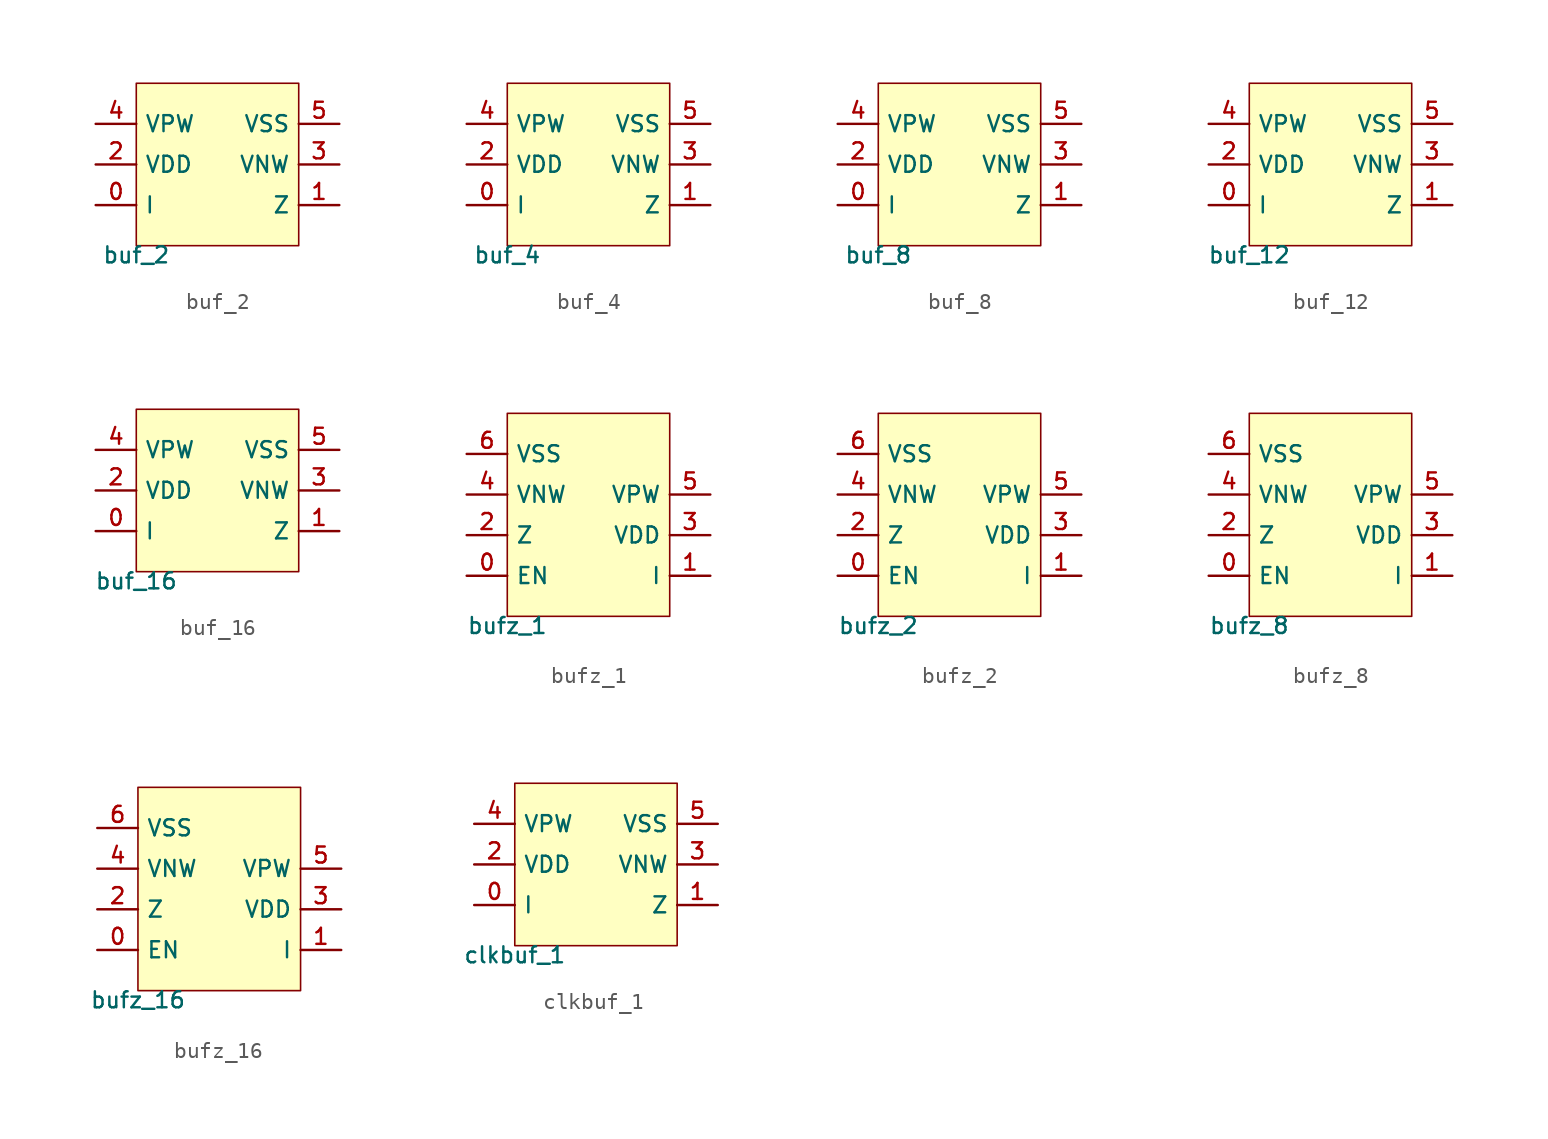
<source format=kicad_sym>
(kicad_symbol_lib
  (version 20211014)
  (generator pdk2kicad)
  (symbol "buf_2"
    (property "Reference" "X"
      (at 0 0 0)
      (effects (font (size 1 1)) hide))
    (property "Value" "buf_2"
      (at -5.08 -5.08 0)
      (effects (font (size 1 1)) (justify top)))
    (rectangle
      (start -5.08 -5.08)
      (end 5.08 5.08)
      (stroke (width 0.1) (type solid) (color 0 0 0 0))
      (fill (type background)))
    (pin bidirectional line
      (at -7.62 -2.54 0)
      (length 2.54)
      (name "I" (effects (font (size 1 1)) hide))
      (number "0" (effects (font (size 1 1)) hide)))
    (pin bidirectional line
      (at 7.62 -2.54 180)
      (length 2.54)
      (name "Z" (effects (font (size 1 1)) hide))
      (number "1" (effects (font (size 1 1)) hide)))
    (pin bidirectional line
      (at -7.62 0.0 0)
      (length 2.54)
      (name "VDD" (effects (font (size 1 1)) hide))
      (number "2" (effects (font (size 1 1)) hide)))
    (pin bidirectional line
      (at 7.62 0.0 180)
      (length 2.54)
      (name "VNW" (effects (font (size 1 1)) hide))
      (number "3" (effects (font (size 1 1)) hide)))
    (pin bidirectional line
      (at -7.62 2.54 0)
      (length 2.54)
      (name "VPW" (effects (font (size 1 1)) hide))
      (number "4" (effects (font (size 1 1)) hide)))
    (pin bidirectional line
      (at 7.62 2.54 180)
      (length 2.54)
      (name "VSS" (effects (font (size 1 1)) hide))
      (number "5" (effects (font (size 1 1)) hide))))
  (symbol "buf_4"
    (property "Reference" "X"
      (at 0 0 0)
      (effects (font (size 1 1)) hide))
    (property "Value" "buf_4"
      (at -5.08 -5.08 0)
      (effects (font (size 1 1)) (justify top)))
    (rectangle
      (start -5.08 -5.08)
      (end 5.08 5.08)
      (stroke (width 0.1) (type solid) (color 0 0 0 0))
      (fill (type background)))
    (pin bidirectional line
      (at -7.62 -2.54 0)
      (length 2.54)
      (name "I" (effects (font (size 1 1)) hide))
      (number "0" (effects (font (size 1 1)) hide)))
    (pin bidirectional line
      (at 7.62 -2.54 180)
      (length 2.54)
      (name "Z" (effects (font (size 1 1)) hide))
      (number "1" (effects (font (size 1 1)) hide)))
    (pin bidirectional line
      (at -7.62 0.0 0)
      (length 2.54)
      (name "VDD" (effects (font (size 1 1)) hide))
      (number "2" (effects (font (size 1 1)) hide)))
    (pin bidirectional line
      (at 7.62 0.0 180)
      (length 2.54)
      (name "VNW" (effects (font (size 1 1)) hide))
      (number "3" (effects (font (size 1 1)) hide)))
    (pin bidirectional line
      (at -7.62 2.54 0)
      (length 2.54)
      (name "VPW" (effects (font (size 1 1)) hide))
      (number "4" (effects (font (size 1 1)) hide)))
    (pin bidirectional line
      (at 7.62 2.54 180)
      (length 2.54)
      (name "VSS" (effects (font (size 1 1)) hide))
      (number "5" (effects (font (size 1 1)) hide))))
  (symbol "buf_8"
    (property "Reference" "X"
      (at 0 0 0)
      (effects (font (size 1 1)) hide))
    (property "Value" "buf_8"
      (at -5.08 -5.08 0)
      (effects (font (size 1 1)) (justify top)))
    (rectangle
      (start -5.08 -5.08)
      (end 5.08 5.08)
      (stroke (width 0.1) (type solid) (color 0 0 0 0))
      (fill (type background)))
    (pin bidirectional line
      (at -7.62 -2.54 0)
      (length 2.54)
      (name "I" (effects (font (size 1 1)) hide))
      (number "0" (effects (font (size 1 1)) hide)))
    (pin bidirectional line
      (at 7.62 -2.54 180)
      (length 2.54)
      (name "Z" (effects (font (size 1 1)) hide))
      (number "1" (effects (font (size 1 1)) hide)))
    (pin bidirectional line
      (at -7.62 0.0 0)
      (length 2.54)
      (name "VDD" (effects (font (size 1 1)) hide))
      (number "2" (effects (font (size 1 1)) hide)))
    (pin bidirectional line
      (at 7.62 0.0 180)
      (length 2.54)
      (name "VNW" (effects (font (size 1 1)) hide))
      (number "3" (effects (font (size 1 1)) hide)))
    (pin bidirectional line
      (at -7.62 2.54 0)
      (length 2.54)
      (name "VPW" (effects (font (size 1 1)) hide))
      (number "4" (effects (font (size 1 1)) hide)))
    (pin bidirectional line
      (at 7.62 2.54 180)
      (length 2.54)
      (name "VSS" (effects (font (size 1 1)) hide))
      (number "5" (effects (font (size 1 1)) hide))))
  (symbol "buf_12"
    (property "Reference" "X"
      (at 0 0 0)
      (effects (font (size 1 1)) hide))
    (property "Value" "buf_12"
      (at -5.08 -5.08 0)
      (effects (font (size 1 1)) (justify top)))
    (rectangle
      (start -5.08 -5.08)
      (end 5.08 5.08)
      (stroke (width 0.1) (type solid) (color 0 0 0 0))
      (fill (type background)))
    (pin bidirectional line
      (at -7.62 -2.54 0)
      (length 2.54)
      (name "I" (effects (font (size 1 1)) hide))
      (number "0" (effects (font (size 1 1)) hide)))
    (pin bidirectional line
      (at 7.62 -2.54 180)
      (length 2.54)
      (name "Z" (effects (font (size 1 1)) hide))
      (number "1" (effects (font (size 1 1)) hide)))
    (pin bidirectional line
      (at -7.62 0.0 0)
      (length 2.54)
      (name "VDD" (effects (font (size 1 1)) hide))
      (number "2" (effects (font (size 1 1)) hide)))
    (pin bidirectional line
      (at 7.62 0.0 180)
      (length 2.54)
      (name "VNW" (effects (font (size 1 1)) hide))
      (number "3" (effects (font (size 1 1)) hide)))
    (pin bidirectional line
      (at -7.62 2.54 0)
      (length 2.54)
      (name "VPW" (effects (font (size 1 1)) hide))
      (number "4" (effects (font (size 1 1)) hide)))
    (pin bidirectional line
      (at 7.62 2.54 180)
      (length 2.54)
      (name "VSS" (effects (font (size 1 1)) hide))
      (number "5" (effects (font (size 1 1)) hide))))
  (symbol "buf_16"
    (property "Reference" "X"
      (at 0 0 0)
      (effects (font (size 1 1)) hide))
    (property "Value" "buf_16"
      (at -5.08 -5.08 0)
      (effects (font (size 1 1)) (justify top)))
    (rectangle
      (start -5.08 -5.08)
      (end 5.08 5.08)
      (stroke (width 0.1) (type solid) (color 0 0 0 0))
      (fill (type background)))
    (pin bidirectional line
      (at -7.62 -2.54 0)
      (length 2.54)
      (name "I" (effects (font (size 1 1)) hide))
      (number "0" (effects (font (size 1 1)) hide)))
    (pin bidirectional line
      (at 7.62 -2.54 180)
      (length 2.54)
      (name "Z" (effects (font (size 1 1)) hide))
      (number "1" (effects (font (size 1 1)) hide)))
    (pin bidirectional line
      (at -7.62 0.0 0)
      (length 2.54)
      (name "VDD" (effects (font (size 1 1)) hide))
      (number "2" (effects (font (size 1 1)) hide)))
    (pin bidirectional line
      (at 7.62 0.0 180)
      (length 2.54)
      (name "VNW" (effects (font (size 1 1)) hide))
      (number "3" (effects (font (size 1 1)) hide)))
    (pin bidirectional line
      (at -7.62 2.54 0)
      (length 2.54)
      (name "VPW" (effects (font (size 1 1)) hide))
      (number "4" (effects (font (size 1 1)) hide)))
    (pin bidirectional line
      (at 7.62 2.54 180)
      (length 2.54)
      (name "VSS" (effects (font (size 1 1)) hide))
      (number "5" (effects (font (size 1 1)) hide))))
  (symbol "bufz_1"
    (property "Reference" "X"
      (at 0 0 0)
      (effects (font (size 1 1)) hide))
    (property "Value" "bufz_1"
      (at -5.08 -6.35 0)
      (effects (font (size 1 1)) (justify top)))
    (rectangle
      (start -5.08 -6.35)
      (end 5.08 6.35)
      (stroke (width 0.1) (type solid) (color 0 0 0 0))
      (fill (type background)))
    (pin bidirectional line
      (at -7.62 -3.81 0)
      (length 2.54)
      (name "EN" (effects (font (size 1 1)) hide))
      (number "0" (effects (font (size 1 1)) hide)))
    (pin bidirectional line
      (at 7.62 -3.81 180)
      (length 2.54)
      (name "I" (effects (font (size 1 1)) hide))
      (number "1" (effects (font (size 1 1)) hide)))
    (pin bidirectional line
      (at -7.62 -1.27 0)
      (length 2.54)
      (name "Z" (effects (font (size 1 1)) hide))
      (number "2" (effects (font (size 1 1)) hide)))
    (pin bidirectional line
      (at 7.62 -1.27 180)
      (length 2.54)
      (name "VDD" (effects (font (size 1 1)) hide))
      (number "3" (effects (font (size 1 1)) hide)))
    (pin bidirectional line
      (at -7.62 1.27 0)
      (length 2.54)
      (name "VNW" (effects (font (size 1 1)) hide))
      (number "4" (effects (font (size 1 1)) hide)))
    (pin bidirectional line
      (at 7.62 1.27 180)
      (length 2.54)
      (name "VPW" (effects (font (size 1 1)) hide))
      (number "5" (effects (font (size 1 1)) hide)))
    (pin bidirectional line
      (at -7.62 3.81 0)
      (length 2.54)
      (name "VSS" (effects (font (size 1 1)) hide))
      (number "6" (effects (font (size 1 1)) hide))))
  (symbol "bufz_2"
    (property "Reference" "X"
      (at 0 0 0)
      (effects (font (size 1 1)) hide))
    (property "Value" "bufz_2"
      (at -5.08 -6.35 0)
      (effects (font (size 1 1)) (justify top)))
    (rectangle
      (start -5.08 -6.35)
      (end 5.08 6.35)
      (stroke (width 0.1) (type solid) (color 0 0 0 0))
      (fill (type background)))
    (pin bidirectional line
      (at -7.62 -3.81 0)
      (length 2.54)
      (name "EN" (effects (font (size 1 1)) hide))
      (number "0" (effects (font (size 1 1)) hide)))
    (pin bidirectional line
      (at 7.62 -3.81 180)
      (length 2.54)
      (name "I" (effects (font (size 1 1)) hide))
      (number "1" (effects (font (size 1 1)) hide)))
    (pin bidirectional line
      (at -7.62 -1.27 0)
      (length 2.54)
      (name "Z" (effects (font (size 1 1)) hide))
      (number "2" (effects (font (size 1 1)) hide)))
    (pin bidirectional line
      (at 7.62 -1.27 180)
      (length 2.54)
      (name "VDD" (effects (font (size 1 1)) hide))
      (number "3" (effects (font (size 1 1)) hide)))
    (pin bidirectional line
      (at -7.62 1.27 0)
      (length 2.54)
      (name "VNW" (effects (font (size 1 1)) hide))
      (number "4" (effects (font (size 1 1)) hide)))
    (pin bidirectional line
      (at 7.62 1.27 180)
      (length 2.54)
      (name "VPW" (effects (font (size 1 1)) hide))
      (number "5" (effects (font (size 1 1)) hide)))
    (pin bidirectional line
      (at -7.62 3.81 0)
      (length 2.54)
      (name "VSS" (effects (font (size 1 1)) hide))
      (number "6" (effects (font (size 1 1)) hide))))
  (symbol "bufz_8"
    (property "Reference" "X"
      (at 0 0 0)
      (effects (font (size 1 1)) hide))
    (property "Value" "bufz_8"
      (at -5.08 -6.35 0)
      (effects (font (size 1 1)) (justify top)))
    (rectangle
      (start -5.08 -6.35)
      (end 5.08 6.35)
      (stroke (width 0.1) (type solid) (color 0 0 0 0))
      (fill (type background)))
    (pin bidirectional line
      (at -7.62 -3.81 0)
      (length 2.54)
      (name "EN" (effects (font (size 1 1)) hide))
      (number "0" (effects (font (size 1 1)) hide)))
    (pin bidirectional line
      (at 7.62 -3.81 180)
      (length 2.54)
      (name "I" (effects (font (size 1 1)) hide))
      (number "1" (effects (font (size 1 1)) hide)))
    (pin bidirectional line
      (at -7.62 -1.27 0)
      (length 2.54)
      (name "Z" (effects (font (size 1 1)) hide))
      (number "2" (effects (font (size 1 1)) hide)))
    (pin bidirectional line
      (at 7.62 -1.27 180)
      (length 2.54)
      (name "VDD" (effects (font (size 1 1)) hide))
      (number "3" (effects (font (size 1 1)) hide)))
    (pin bidirectional line
      (at -7.62 1.27 0)
      (length 2.54)
      (name "VNW" (effects (font (size 1 1)) hide))
      (number "4" (effects (font (size 1 1)) hide)))
    (pin bidirectional line
      (at 7.62 1.27 180)
      (length 2.54)
      (name "VPW" (effects (font (size 1 1)) hide))
      (number "5" (effects (font (size 1 1)) hide)))
    (pin bidirectional line
      (at -7.62 3.81 0)
      (length 2.54)
      (name "VSS" (effects (font (size 1 1)) hide))
      (number "6" (effects (font (size 1 1)) hide))))
  (symbol "bufz_16"
    (property "Reference" "X"
      (at 0 0 0)
      (effects (font (size 1 1)) hide))
    (property "Value" "bufz_16"
      (at -5.08 -6.35 0)
      (effects (font (size 1 1)) (justify top)))
    (rectangle
      (start -5.08 -6.35)
      (end 5.08 6.35)
      (stroke (width 0.1) (type solid) (color 0 0 0 0))
      (fill (type background)))
    (pin bidirectional line
      (at -7.62 -3.81 0)
      (length 2.54)
      (name "EN" (effects (font (size 1 1)) hide))
      (number "0" (effects (font (size 1 1)) hide)))
    (pin bidirectional line
      (at 7.62 -3.81 180)
      (length 2.54)
      (name "I" (effects (font (size 1 1)) hide))
      (number "1" (effects (font (size 1 1)) hide)))
    (pin bidirectional line
      (at -7.62 -1.27 0)
      (length 2.54)
      (name "Z" (effects (font (size 1 1)) hide))
      (number "2" (effects (font (size 1 1)) hide)))
    (pin bidirectional line
      (at 7.62 -1.27 180)
      (length 2.54)
      (name "VDD" (effects (font (size 1 1)) hide))
      (number "3" (effects (font (size 1 1)) hide)))
    (pin bidirectional line
      (at -7.62 1.27 0)
      (length 2.54)
      (name "VNW" (effects (font (size 1 1)) hide))
      (number "4" (effects (font (size 1 1)) hide)))
    (pin bidirectional line
      (at 7.62 1.27 180)
      (length 2.54)
      (name "VPW" (effects (font (size 1 1)) hide))
      (number "5" (effects (font (size 1 1)) hide)))
    (pin bidirectional line
      (at -7.62 3.81 0)
      (length 2.54)
      (name "VSS" (effects (font (size 1 1)) hide))
      (number "6" (effects (font (size 1 1)) hide))))
  (symbol "clkbuf_1"
    (property "Reference" "X"
      (at 0 0 0)
      (effects (font (size 1 1)) hide))
    (property "Value" "clkbuf_1"
      (at -5.08 -5.08 0)
      (effects (font (size 1 1)) (justify top)))
    (rectangle
      (start -5.08 -5.08)
      (end 5.08 5.08)
      (stroke (width 0.1) (type solid) (color 0 0 0 0))
      (fill (type background)))
    (pin bidirectional line
      (at -7.62 -2.54 0)
      (length 2.54)
      (name "I" (effects (font (size 1 1)) hide))
      (number "0" (effects (font (size 1 1)) hide)))
    (pin bidirectional line
      (at 7.62 -2.54 180)
      (length 2.54)
      (name "Z" (effects (font (size 1 1)) hide))
      (number "1" (effects (font (size 1 1)) hide)))
    (pin bidirectional line
      (at -7.62 0.0 0)
      (length 2.54)
      (name "VDD" (effects (font (size 1 1)) hide))
      (number "2" (effects (font (size 1 1)) hide)))
    (pin bidirectional line
      (at 7.62 0.0 180)
      (length 2.54)
      (name "VNW" (effects (font (size 1 1)) hide))
      (number "3" (effects (font (size 1 1)) hide)))
    (pin bidirectional line
      (at -7.62 2.54 0)
      (length 2.54)
      (name "VPW" (effects (font (size 1 1)) hide))
      (number "4" (effects (font (size 1 1)) hide)))
    (pin bidirectional line
      (at 7.62 2.54 180)
      (length 2.54)
      (name "VSS" (effects (font (size 1 1)) hide))
      (number "5" (effects (font (size 1 1)) hide)))))
</source>
